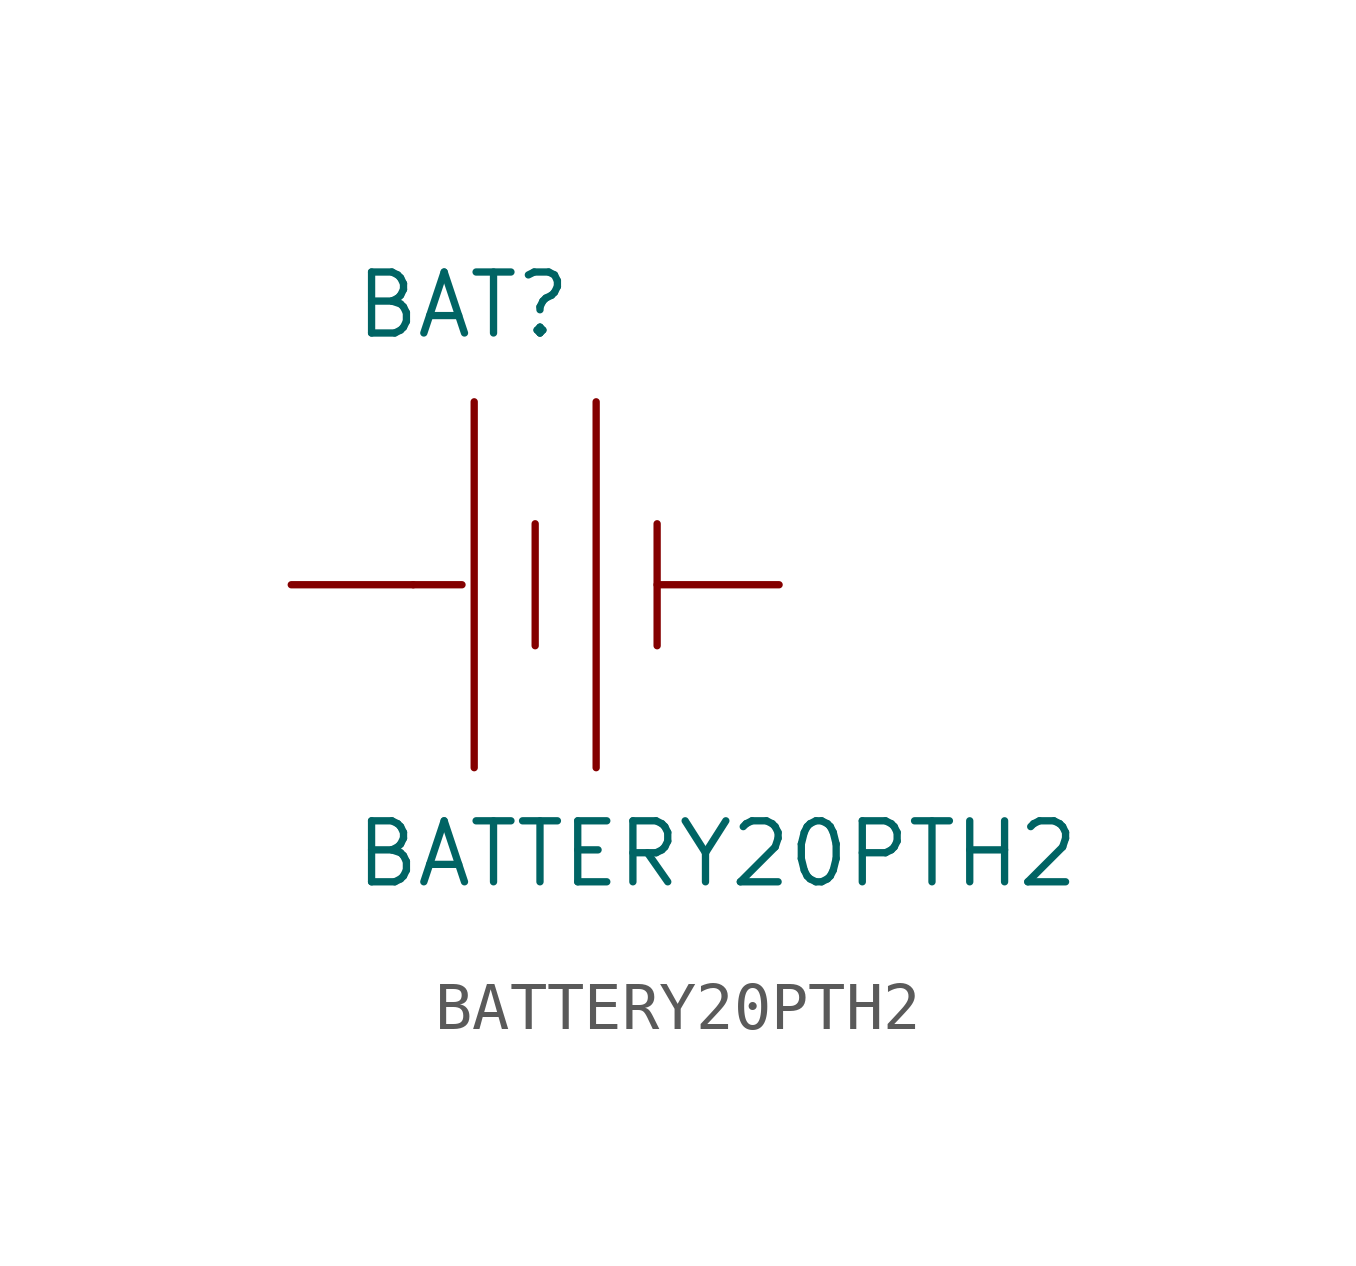
<source format=kicad_sym>
(kicad_symbol_lib
  (version 20211014)
  (generator kicad_symbol_editor)
  (symbol "BATTERY20PTH2"
    (pin_numbers hide)
    (pin_names
      (offset 1.016) hide)
    (property "Reference" "BAT"
      (at -3.81 5.08 0)
      (effects (font (size 1.27 1.27)) (justify left bottom)))
    (property "Value" "BATTERY20PTH2"
      (at -3.81 -6.35 0)
      (effects (font (size 1.27 1.27)) (justify left bottom)))
    (property "ki_locked" ""
      (at 0 0 0)
      (effects (font (size 1.27 1.27))))
    (symbol "BATTERY20PTH2_1_0"
      (polyline (pts (xy -2.54 0) (xy -1.524 0)) (stroke (width 0) (type default) (color 0 0 0 0)) (fill (type none)))
      (polyline (pts (xy -1.27 3.81) (xy -1.27 -3.81)) (stroke (width 0) (type default) (color 0 0 0 0)) (fill (type none)))
      (polyline (pts (xy 0 1.27) (xy 0 -1.27)) (stroke (width 0) (type default) (color 0 0 0 0)) (fill (type none)))
      (polyline (pts (xy 1.27 3.81) (xy 1.27 -3.81)) (stroke (width 0) (type default) (color 0 0 0 0)) (fill (type none)))
      (polyline (pts (xy 2.54 1.27) (xy 2.54 -1.27)) (stroke (width 0) (type default) (color 0 0 0 0)) (fill (type none))))
    (symbol "BATTERY20PTH2_1_1"
      (pin power_in line (at -5.08 0 0) (length 2.54) (name "+" (effects (font (size 1.016 1.016)))) (number "+" (effects (font (size 1.016 1.016)))))
      (pin power_in line (at 5.08 0 180) (length 2.54) (name "-" (effects (font (size 1.016 1.016)))) (number "-" (effects (font (size 1.016 1.016))))))))
</source>
